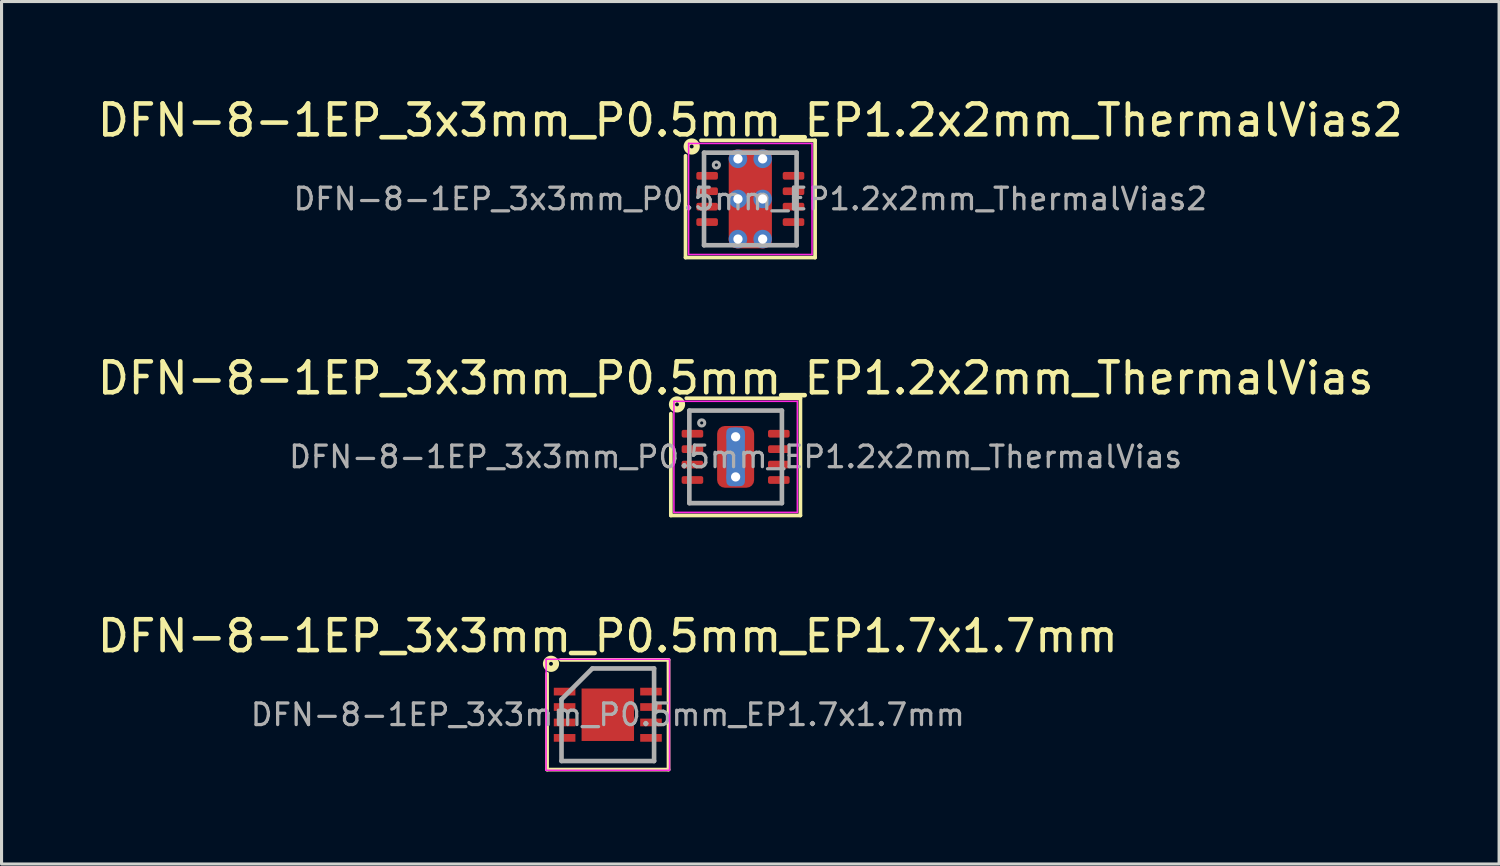
<source format=kicad_pcb>
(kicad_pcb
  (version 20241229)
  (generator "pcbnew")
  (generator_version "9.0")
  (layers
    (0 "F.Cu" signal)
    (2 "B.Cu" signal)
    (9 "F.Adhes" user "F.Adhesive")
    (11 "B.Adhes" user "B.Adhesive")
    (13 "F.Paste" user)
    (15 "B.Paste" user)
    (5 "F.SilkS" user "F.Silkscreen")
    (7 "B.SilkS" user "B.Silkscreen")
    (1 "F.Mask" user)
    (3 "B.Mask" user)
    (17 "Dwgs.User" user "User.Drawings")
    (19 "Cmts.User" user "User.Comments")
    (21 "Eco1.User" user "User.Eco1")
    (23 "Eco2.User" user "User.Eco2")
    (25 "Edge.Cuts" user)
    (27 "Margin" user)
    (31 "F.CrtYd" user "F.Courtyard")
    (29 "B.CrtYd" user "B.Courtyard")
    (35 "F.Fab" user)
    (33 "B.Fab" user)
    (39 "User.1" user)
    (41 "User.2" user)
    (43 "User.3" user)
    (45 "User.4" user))
  (footprint "DFN-8-1EP_3x3mm_P0.5mm_EP1.2x2mm_ThermalVias2"
    (layer "F.Cu")
    (at 21.268 3.398)
    (property "Reference" "DFN-8-1EP_3x3mm_P0.5mm_EP1.2x2mm_ThermalVias2" (at 0 -2.55 0) (layer "F.SilkS") (effects (font (size 1 1) (thickness 0.15))))
    (attr smd)
    (fp_line (start -2.1 1.9) (end -2.1 -1.4) (stroke (width 0.12) (type solid)) (layer "F.SilkS"))
    (fp_line (start -1.6 -1.9) (end 2.1 -1.9) (stroke (width 0.12) (type solid)) (layer "F.SilkS"))
    (fp_line (start 2.1 -1.9) (end 2.1 1.9) (stroke (width 0.12) (type solid)) (layer "F.SilkS"))
    (fp_line (start 2.1 1.9) (end -2.1 1.9) (stroke (width 0.12) (type solid)) (layer "F.SilkS"))
    (fp_circle (center -1.9 -1.7) (end -1.837 -1.7) (stroke (width 0.2) (type solid)) (fill no) (layer "F.SilkS"))
    (fp_line (start -2 -1.8) (end -2 1.8) (stroke (width 0.05) (type solid)) (layer "F.CrtYd"))
    (fp_line (start -2 -1.8) (end 2 -1.8) (stroke (width 0.05) (type solid)) (layer "F.CrtYd"))
    (fp_line (start -2 1.8) (end 2 1.8) (stroke (width 0.05) (type solid)) (layer "F.CrtYd"))
    (fp_line (start 2 -1.8) (end 2 1.8) (stroke (width 0.05) (type solid)) (layer "F.CrtYd"))
    (fp_line (start -1.5 -1.5) (end 1.5 -1.5) (stroke (width 0.15) (type solid)) (layer "F.Fab"))
    (fp_line (start -1.5 1.5) (end -1.5 -1.5) (stroke (width 0.15) (type solid)) (layer "F.Fab"))
    (fp_line (start 1.5 -1.5) (end 1.5 1.5) (stroke (width 0.15) (type solid)) (layer "F.Fab"))
    (fp_line (start 1.5 1.5) (end -1.5 1.5) (stroke (width 0.15) (type solid)) (layer "F.Fab"))
    (fp_circle (center -1.1 -1.1) (end -1 -1.1) (stroke (width 0.1) (type solid)) (fill no) (layer "F.Fab"))
    (fp_text user "${REFERENCE}" (at 0 0 0) (layer "F.Fab") (effects (font (size 0.7 0.7) (thickness 0.105))))
    (pad "" smd roundrect (at -0.3 -0.65) (size 0.4 0.5) (layers "F.Paste") (roundrect_rratio 0.25))
    (pad "" smd roundrect (at -0.3 0.65) (size 0.4 0.5) (layers "F.Paste") (roundrect_rratio 0.25))
    (pad "" smd roundrect (at 0 -0.65) (size 1.2 0.7) (layers "F.Mask") (roundrect_rratio 0.25))
    (pad "" smd roundrect (at 0 0.65) (size 1.2 0.7) (layers "F.Mask") (roundrect_rratio 0.25))
    (pad "" smd roundrect (at 0.3 -0.65) (size 0.4 0.5) (layers "F.Paste") (roundrect_rratio 0.25))
    (pad "" smd roundrect (at 0.3 0.65) (size 0.4 0.5) (layers "F.Paste") (roundrect_rratio 0.25))
    (pad "1" smd roundrect (at -1.4 -0.75) (size 0.7 0.25) (layers "F.Cu" "F.Mask" "F.Paste") (roundrect_rratio 0.25))
    (pad "2" smd roundrect (at -1.4 -0.25) (size 0.7 0.25) (layers "F.Cu" "F.Mask" "F.Paste") (roundrect_rratio 0.25))
    (pad "3" smd roundrect (at -1.4 0.25) (size 0.7 0.25) (layers "F.Cu" "F.Mask" "F.Paste") (roundrect_rratio 0.25))
    (pad "4" smd roundrect (at -1.4 0.75) (size 0.7 0.25) (layers "F.Cu" "F.Mask" "F.Paste") (roundrect_rratio 0.25))
    (pad "5" smd roundrect (at 1.4 0.75) (size 0.7 0.25) (layers "F.Cu" "F.Mask" "F.Paste") (roundrect_rratio 0.25))
    (pad "6" smd roundrect (at 1.4 0.25) (size 0.7 0.25) (layers "F.Cu" "F.Mask" "F.Paste") (roundrect_rratio 0.25))
    (pad "7" smd roundrect (at 1.4 -0.25) (size 0.7 0.25) (layers "F.Cu" "F.Mask" "F.Paste") (roundrect_rratio 0.25))
    (pad "8" smd roundrect (at 1.4 -0.75) (size 0.7 0.25) (layers "F.Cu" "F.Mask" "F.Paste") (roundrect_rratio 0.25))
    (pad "9" thru_hole circle (at -0.4 -1.3) (size 0.6 0.6) (drill 0.3) (property pad_prop_heatsink) (layers "*.Cu" "*.Mask"))
    (pad "9" thru_hole circle (at -0.4 0) (size 0.6 0.6) (drill 0.3) (property pad_prop_heatsink) (layers "*.Cu" "*.Mask"))
    (pad "9" thru_hole circle (at -0.4 1.3) (size 0.6 0.6) (drill 0.3) (property pad_prop_heatsink) (layers "*.Cu" "*.Mask"))
    (pad "9" smd roundrect (at 0 0) (size 1.4 3.2) (layers "F.Cu") (roundrect_rratio 0.179))
    (pad "9" thru_hole circle (at 0.4 -1.3) (size 0.6 0.6) (drill 0.3) (property pad_prop_heatsink) (layers "*.Cu" "*.Mask"))
    (pad "9" thru_hole circle (at 0.4 0) (size 0.6 0.6) (drill 0.3) (property pad_prop_heatsink) (layers "*.Cu" "*.Mask"))
    (pad "9" thru_hole circle (at 0.4 1.3) (size 0.6 0.6) (drill 0.3) (property pad_prop_heatsink) (layers "*.Cu" "*.Mask")))
  (footprint "DFN-8-1EP_3x3mm_P0.5mm_EP1.7x1.7mm"
    (layer "F.Cu")
    (at 16.649 20.115)
    (property "Reference" "DFN-8-1EP_3x3mm_P0.5mm_EP1.7x1.7mm" (at 0 -2.55 0) (layer "F.SilkS") (effects (font (size 1 1) (thickness 0.15))))
    (attr smd)
    (fp_line (start -1.968 1.778) (end -1.968 -1.333) (stroke (width 0.12) (type solid)) (layer "F.SilkS"))
    (fp_line (start -1.524 -1.778) (end 1.968 -1.778) (stroke (width 0.12) (type solid)) (layer "F.SilkS"))
    (fp_line (start 1.968 -1.778) (end 1.968 1.778) (stroke (width 0.12) (type solid)) (layer "F.SilkS"))
    (fp_line (start 1.968 1.778) (end -1.968 1.778) (stroke (width 0.12) (type solid)) (layer "F.SilkS"))
    (fp_circle (center -1.841 -1.651) (end -1.778 -1.651) (stroke (width 0.2) (type solid)) (fill no) (layer "F.SilkS"))
    (fp_line (start -2 -1.8) (end -2 1.8) (stroke (width 0.05) (type solid)) (layer "F.CrtYd"))
    (fp_line (start -2 -1.8) (end 2 -1.8) (stroke (width 0.05) (type solid)) (layer "F.CrtYd"))
    (fp_line (start -2 1.8) (end 2 1.8) (stroke (width 0.05) (type solid)) (layer "F.CrtYd"))
    (fp_line (start 2 -1.8) (end 2 1.8) (stroke (width 0.05) (type solid)) (layer "F.CrtYd"))
    (fp_line (start -1.5 -0.5) (end -0.5 -1.5) (stroke (width 0.15) (type solid)) (layer "F.Fab"))
    (fp_line (start -1.5 1.5) (end -1.5 -0.5) (stroke (width 0.15) (type solid)) (layer "F.Fab"))
    (fp_line (start -0.5 -1.5) (end 1.5 -1.5) (stroke (width 0.15) (type solid)) (layer "F.Fab"))
    (fp_line (start 1.5 -1.5) (end 1.5 1.5) (stroke (width 0.15) (type solid)) (layer "F.Fab"))
    (fp_line (start 1.5 1.5) (end -1.5 1.5) (stroke (width 0.15) (type solid)) (layer "F.Fab"))
    (fp_text user "${REFERENCE}" (at 0 0 0) (layer "F.Fab") (effects (font (size 0.7 0.7) (thickness 0.105))))
    (pad "" smd rect (at -0.415 -0.4) (size 0.64 0.6) (layers "F.Paste"))
    (pad "" smd rect (at -0.415 0.4) (size 0.64 0.6) (layers "F.Paste"))
    (pad "" smd rect (at 0.415 -0.4) (size 0.64 0.6) (layers "F.Paste"))
    (pad "" smd rect (at 0.415 0.4) (size 0.64 0.6) (layers "F.Paste"))
    (pad "1" smd rect (at -1.4 -0.75) (size 0.7 0.25) (layers "F.Cu" "F.Mask" "F.Paste"))
    (pad "2" smd rect (at -1.4 -0.25) (size 0.7 0.25) (layers "F.Cu" "F.Mask" "F.Paste"))
    (pad "3" smd rect (at -1.4 0.25) (size 0.7 0.25) (layers "F.Cu" "F.Mask" "F.Paste"))
    (pad "4" smd rect (at -1.4 0.75) (size 0.7 0.25) (layers "F.Cu" "F.Mask" "F.Paste"))
    (pad "5" smd rect (at 1.4 0.75) (size 0.7 0.25) (layers "F.Cu" "F.Mask" "F.Paste"))
    (pad "6" smd rect (at 1.4 0.25) (size 0.7 0.25) (layers "F.Cu" "F.Mask" "F.Paste"))
    (pad "7" smd rect (at 1.4 -0.25) (size 0.7 0.25) (layers "F.Cu" "F.Mask" "F.Paste"))
    (pad "8" smd rect (at 1.4 -0.75) (size 0.7 0.25) (layers "F.Cu" "F.Mask" "F.Paste"))
    (pad "9" smd rect (at 0 0) (size 1.7 1.7) (layers "F.Cu" "F.Mask")))
  (footprint "DFN-8-1EP_3x3mm_P0.5mm_EP1.2x2mm_ThermalVias"
    (layer "F.Cu")
    (at 20.792 11.757)
    (property "Reference" "DFN-8-1EP_3x3mm_P0.5mm_EP1.2x2mm_ThermalVias" (at 0 -2.55 0) (layer "F.SilkS") (effects (font (size 1 1) (thickness 0.15))))
    (attr smd)
    (fp_line (start -2.1 1.9) (end -2.1 -1.4) (stroke (width 0.12) (type solid)) (layer "F.SilkS"))
    (fp_line (start -1.6 -1.9) (end 2.1 -1.9) (stroke (width 0.12) (type solid)) (layer "F.SilkS"))
    (fp_line (start 2.1 -1.9) (end 2.1 1.9) (stroke (width 0.12) (type solid)) (layer "F.SilkS"))
    (fp_line (start 2.1 1.9) (end -2.1 1.9) (stroke (width 0.12) (type solid)) (layer "F.SilkS"))
    (fp_circle (center -1.9 -1.7) (end -1.837 -1.7) (stroke (width 0.2) (type solid)) (fill no) (layer "F.SilkS"))
    (fp_line (start -2 -1.8) (end -2 1.8) (stroke (width 0.05) (type solid)) (layer "F.CrtYd"))
    (fp_line (start -2 -1.8) (end 2 -1.8) (stroke (width 0.05) (type solid)) (layer "F.CrtYd"))
    (fp_line (start -2 1.8) (end 2 1.8) (stroke (width 0.05) (type solid)) (layer "F.CrtYd"))
    (fp_line (start 2 -1.8) (end 2 1.8) (stroke (width 0.05) (type solid)) (layer "F.CrtYd"))
    (fp_line (start -1.5 -1.5) (end 1.5 -1.5) (stroke (width 0.15) (type solid)) (layer "F.Fab"))
    (fp_line (start -1.5 1.5) (end -1.5 -1.5) (stroke (width 0.15) (type solid)) (layer "F.Fab"))
    (fp_line (start 1.5 -1.5) (end 1.5 1.5) (stroke (width 0.15) (type solid)) (layer "F.Fab"))
    (fp_line (start 1.5 1.5) (end -1.5 1.5) (stroke (width 0.15) (type solid)) (layer "F.Fab"))
    (fp_circle (center -1.1 -1.1) (end -1 -1.1) (stroke (width 0.1) (type solid)) (fill no) (layer "F.Fab"))
    (fp_text user "${REFERENCE}" (at 0 0 0) (layer "F.Fab") (effects (font (size 0.7 0.7) (thickness 0.105))))
    (pad "" smd roundrect (at -0.35 -0.5) (size 0.45 0.8) (layers "F.Paste") (roundrect_rratio 0.25))
    (pad "" smd roundrect (at -0.35 0.5) (size 0.45 0.8) (layers "F.Paste") (roundrect_rratio 0.25))
    (pad "" smd roundrect (at 0.35 -0.5) (size 0.45 0.8) (layers "F.Paste") (roundrect_rratio 0.25))
    (pad "" smd roundrect (at 0.35 0.5) (size 0.45 0.8) (layers "F.Paste") (roundrect_rratio 0.25))
    (pad "1" smd roundrect (at -1.4 -0.75) (size 0.7 0.25) (layers "F.Cu" "F.Mask" "F.Paste") (roundrect_rratio 0.25))
    (pad "2" smd roundrect (at -1.4 -0.25) (size 0.7 0.25) (layers "F.Cu" "F.Mask" "F.Paste") (roundrect_rratio 0.25))
    (pad "3" smd roundrect (at -1.4 0.25) (size 0.7 0.25) (layers "F.Cu" "F.Mask" "F.Paste") (roundrect_rratio 0.25))
    (pad "4" smd roundrect (at -1.4 0.75) (size 0.7 0.25) (layers "F.Cu" "F.Mask" "F.Paste") (roundrect_rratio 0.25))
    (pad "5" smd roundrect (at 1.4 0.75) (size 0.7 0.25) (layers "F.Cu" "F.Mask" "F.Paste") (roundrect_rratio 0.25))
    (pad "6" smd roundrect (at 1.4 0.25) (size 0.7 0.25) (layers "F.Cu" "F.Mask" "F.Paste") (roundrect_rratio 0.25))
    (pad "7" smd roundrect (at 1.4 -0.25) (size 0.7 0.25) (layers "F.Cu" "F.Mask" "F.Paste") (roundrect_rratio 0.25))
    (pad "8" smd roundrect (at 1.4 -0.75) (size 0.7 0.25) (layers "F.Cu" "F.Mask" "F.Paste") (roundrect_rratio 0.25))
    (pad "9" thru_hole circle (at 0 -0.65) (size 0.6 0.6) (drill 0.3) (property pad_prop_heatsink) (layers "*.Cu"))
    (pad "9" smd roundrect (at 0 0) (size 0.6 1.9) (layers "B.Cu" "B.Mask") (roundrect_rratio 0.25))
    (pad "9" smd roundrect (at 0 0) (size 1.2 2) (layers "F.Cu" "F.Mask") (roundrect_rratio 0.208))
    (pad "9" thru_hole circle (at 0 0.65) (size 0.6 0.6) (drill 0.3) (property pad_prop_heatsink) (layers "*.Cu")))
  (gr_rect
    (start -3 -3)
    (end 45.536 24.953)
    (stroke (width 0.1) (type default))
    (fill no)
    (layer "Edge.Cuts")))
</source>
